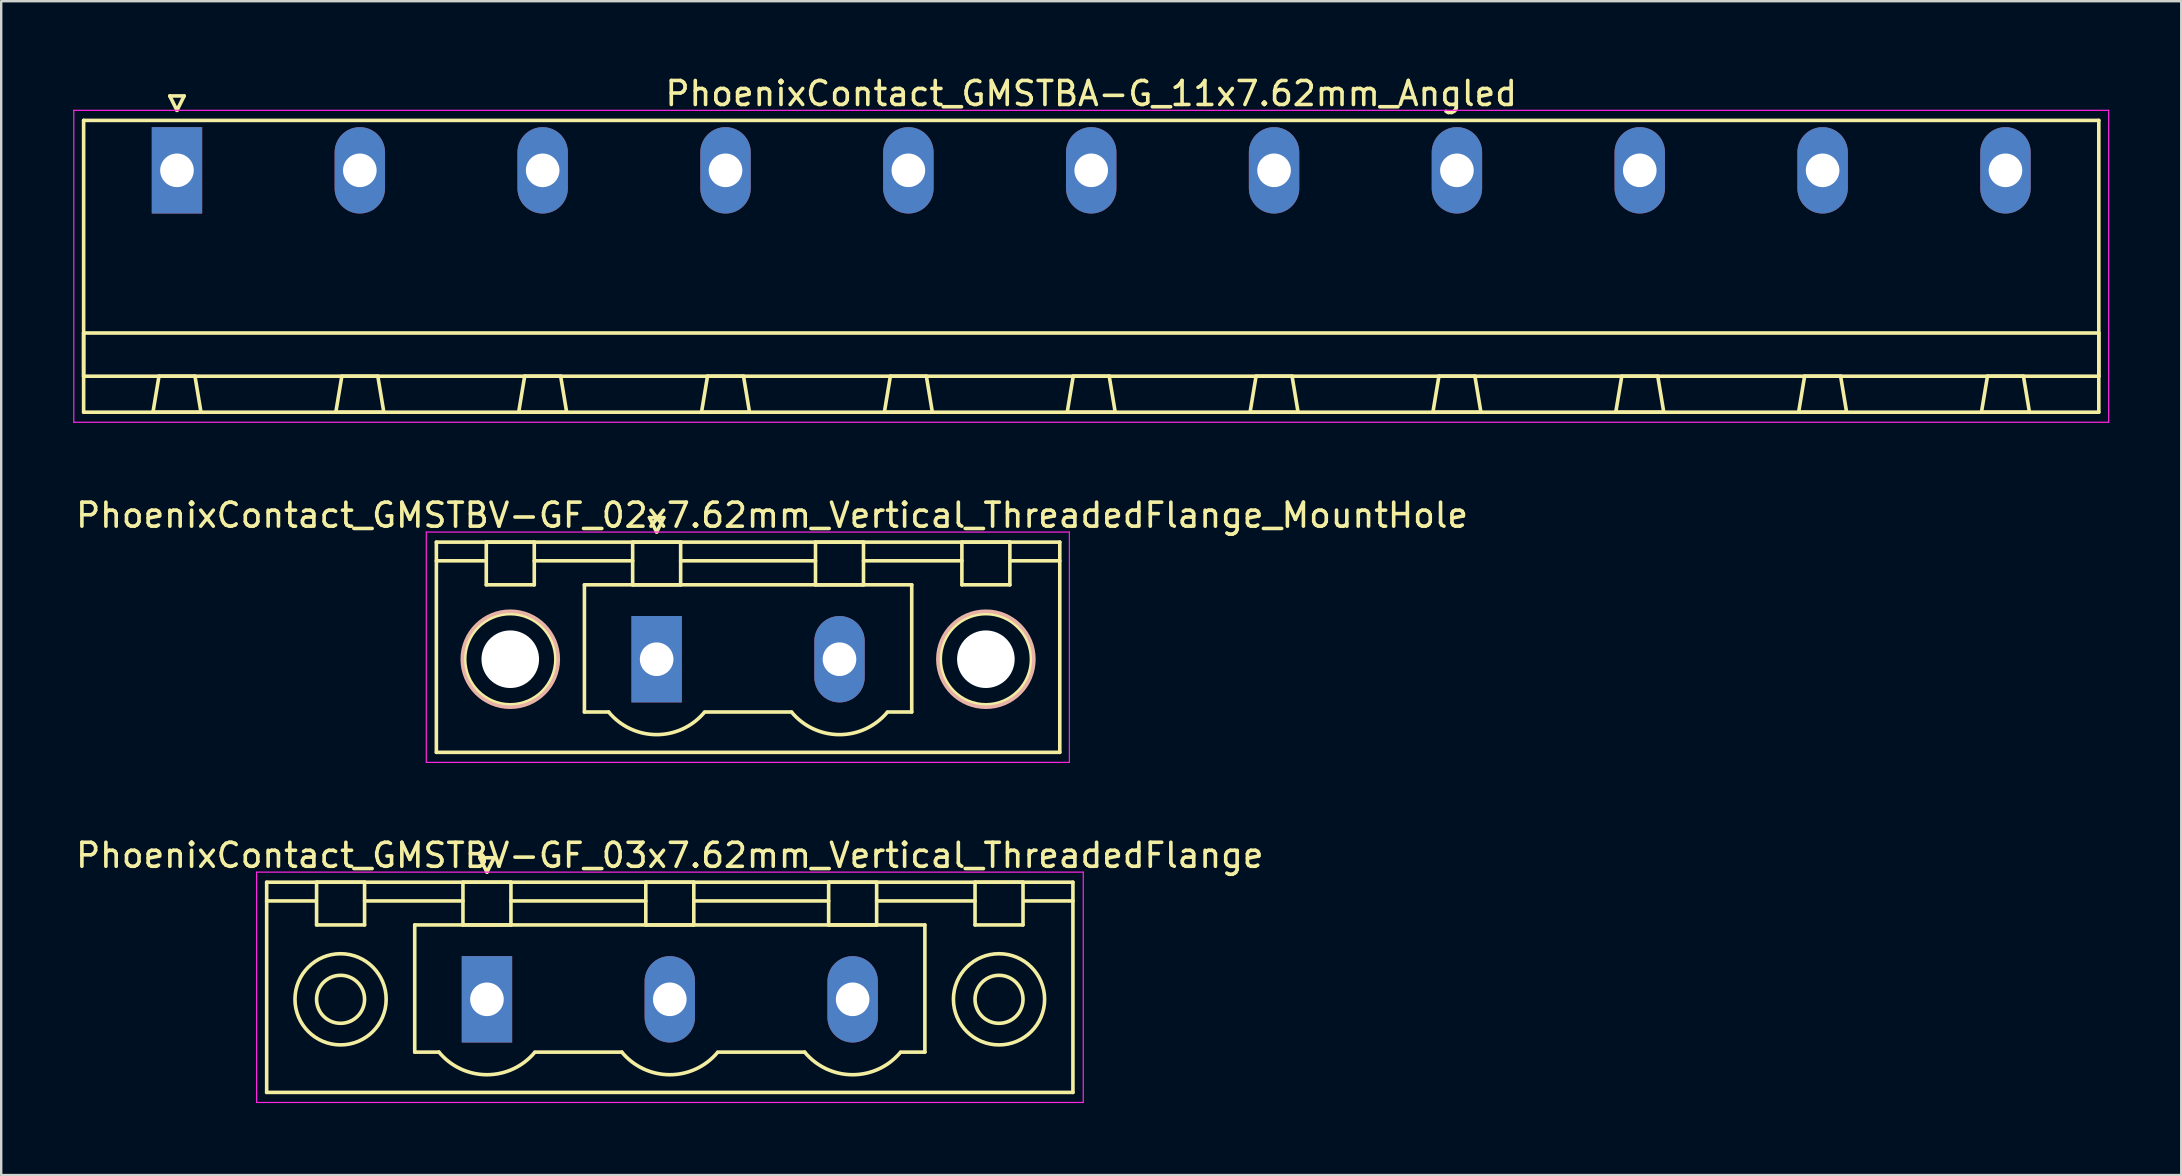
<source format=kicad_pcb>
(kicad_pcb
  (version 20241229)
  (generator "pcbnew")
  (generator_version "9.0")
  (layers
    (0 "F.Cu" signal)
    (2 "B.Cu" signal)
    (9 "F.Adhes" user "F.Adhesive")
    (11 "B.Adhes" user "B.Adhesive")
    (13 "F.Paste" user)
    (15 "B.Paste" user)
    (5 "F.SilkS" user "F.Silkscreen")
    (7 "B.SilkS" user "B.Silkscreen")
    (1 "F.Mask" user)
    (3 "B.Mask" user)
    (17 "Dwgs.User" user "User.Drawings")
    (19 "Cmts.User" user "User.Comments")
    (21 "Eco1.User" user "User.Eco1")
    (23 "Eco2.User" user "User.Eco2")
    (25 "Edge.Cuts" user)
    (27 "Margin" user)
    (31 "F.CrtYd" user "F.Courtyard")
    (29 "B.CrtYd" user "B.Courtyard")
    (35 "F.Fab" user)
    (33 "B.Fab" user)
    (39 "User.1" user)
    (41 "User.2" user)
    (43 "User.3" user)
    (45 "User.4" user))
  (footprint "PhoenixContact_GMSTBA-G_11x7.62mm_Angled"
    (layer "F.Cu")
    (at 4.325 4.048)
    (property "Reference" "PhoenixContact_GMSTBA-G_11x7.62mm_Angled" (at 38.1 -3.2 0) (layer "F.SilkS") (effects (font (size 1 1) (thickness 0.15))))
    (attr through_hole)
    (fp_line (start -3.89 -2.08) (end -3.89 10.08) (stroke (width 0.15) (type solid)) (layer "F.SilkS"))
    (fp_line (start -3.89 6.78) (end 80.09 6.78) (stroke (width 0.15) (type solid)) (layer "F.SilkS"))
    (fp_line (start -3.89 8.58) (end -3.89 6.78) (stroke (width 0.15) (type solid)) (layer "F.SilkS"))
    (fp_line (start -3.89 10.08) (end 80.09 10.08) (stroke (width 0.15) (type solid)) (layer "F.SilkS"))
    (fp_line (start -1 10.08) (end 1 10.08) (stroke (width 0.15) (type solid)) (layer "F.SilkS"))
    (fp_line (start -0.75 8.58) (end -1 10.08) (stroke (width 0.15) (type solid)) (layer "F.SilkS"))
    (fp_line (start -0.3 -3.1) (end 0 -2.5) (stroke (width 0.15) (type solid)) (layer "F.SilkS"))
    (fp_line (start 0 -2.5) (end 0.3 -3.1) (stroke (width 0.15) (type solid)) (layer "F.SilkS"))
    (fp_line (start 0.3 -3.1) (end -0.3 -3.1) (stroke (width 0.15) (type solid)) (layer "F.SilkS"))
    (fp_line (start 0.75 8.58) (end -0.75 8.58) (stroke (width 0.15) (type solid)) (layer "F.SilkS"))
    (fp_line (start 1 10.08) (end 0.75 8.58) (stroke (width 0.15) (type solid)) (layer "F.SilkS"))
    (fp_line (start 6.62 10.08) (end 8.62 10.08) (stroke (width 0.15) (type solid)) (layer "F.SilkS"))
    (fp_line (start 6.87 8.58) (end 6.62 10.08) (stroke (width 0.15) (type solid)) (layer "F.SilkS"))
    (fp_line (start 8.37 8.58) (end 6.87 8.58) (stroke (width 0.15) (type solid)) (layer "F.SilkS"))
    (fp_line (start 8.62 10.08) (end 8.37 8.58) (stroke (width 0.15) (type solid)) (layer "F.SilkS"))
    (fp_line (start 14.24 10.08) (end 16.24 10.08) (stroke (width 0.15) (type solid)) (layer "F.SilkS"))
    (fp_line (start 14.49 8.58) (end 14.24 10.08) (stroke (width 0.15) (type solid)) (layer "F.SilkS"))
    (fp_line (start 15.99 8.58) (end 14.49 8.58) (stroke (width 0.15) (type solid)) (layer "F.SilkS"))
    (fp_line (start 16.24 10.08) (end 15.99 8.58) (stroke (width 0.15) (type solid)) (layer "F.SilkS"))
    (fp_line (start 21.86 10.08) (end 23.86 10.08) (stroke (width 0.15) (type solid)) (layer "F.SilkS"))
    (fp_line (start 22.11 8.58) (end 21.86 10.08) (stroke (width 0.15) (type solid)) (layer "F.SilkS"))
    (fp_line (start 23.61 8.58) (end 22.11 8.58) (stroke (width 0.15) (type solid)) (layer "F.SilkS"))
    (fp_line (start 23.86 10.08) (end 23.61 8.58) (stroke (width 0.15) (type solid)) (layer "F.SilkS"))
    (fp_line (start 29.48 10.08) (end 31.48 10.08) (stroke (width 0.15) (type solid)) (layer "F.SilkS"))
    (fp_line (start 29.73 8.58) (end 29.48 10.08) (stroke (width 0.15) (type solid)) (layer "F.SilkS"))
    (fp_line (start 31.23 8.58) (end 29.73 8.58) (stroke (width 0.15) (type solid)) (layer "F.SilkS"))
    (fp_line (start 31.48 10.08) (end 31.23 8.58) (stroke (width 0.15) (type solid)) (layer "F.SilkS"))
    (fp_line (start 37.1 10.08) (end 39.1 10.08) (stroke (width 0.15) (type solid)) (layer "F.SilkS"))
    (fp_line (start 37.35 8.58) (end 37.1 10.08) (stroke (width 0.15) (type solid)) (layer "F.SilkS"))
    (fp_line (start 38.85 8.58) (end 37.35 8.58) (stroke (width 0.15) (type solid)) (layer "F.SilkS"))
    (fp_line (start 39.1 10.08) (end 38.85 8.58) (stroke (width 0.15) (type solid)) (layer "F.SilkS"))
    (fp_line (start 44.72 10.08) (end 46.72 10.08) (stroke (width 0.15) (type solid)) (layer "F.SilkS"))
    (fp_line (start 44.97 8.58) (end 44.72 10.08) (stroke (width 0.15) (type solid)) (layer "F.SilkS"))
    (fp_line (start 46.47 8.58) (end 44.97 8.58) (stroke (width 0.15) (type solid)) (layer "F.SilkS"))
    (fp_line (start 46.72 10.08) (end 46.47 8.58) (stroke (width 0.15) (type solid)) (layer "F.SilkS"))
    (fp_line (start 52.34 10.08) (end 54.34 10.08) (stroke (width 0.15) (type solid)) (layer "F.SilkS"))
    (fp_line (start 52.59 8.58) (end 52.34 10.08) (stroke (width 0.15) (type solid)) (layer "F.SilkS"))
    (fp_line (start 54.09 8.58) (end 52.59 8.58) (stroke (width 0.15) (type solid)) (layer "F.SilkS"))
    (fp_line (start 54.34 10.08) (end 54.09 8.58) (stroke (width 0.15) (type solid)) (layer "F.SilkS"))
    (fp_line (start 59.96 10.08) (end 61.96 10.08) (stroke (width 0.15) (type solid)) (layer "F.SilkS"))
    (fp_line (start 60.21 8.58) (end 59.96 10.08) (stroke (width 0.15) (type solid)) (layer "F.SilkS"))
    (fp_line (start 61.71 8.58) (end 60.21 8.58) (stroke (width 0.15) (type solid)) (layer "F.SilkS"))
    (fp_line (start 61.96 10.08) (end 61.71 8.58) (stroke (width 0.15) (type solid)) (layer "F.SilkS"))
    (fp_line (start 67.58 10.08) (end 69.58 10.08) (stroke (width 0.15) (type solid)) (layer "F.SilkS"))
    (fp_line (start 67.83 8.58) (end 67.58 10.08) (stroke (width 0.15) (type solid)) (layer "F.SilkS"))
    (fp_line (start 69.33 8.58) (end 67.83 8.58) (stroke (width 0.15) (type solid)) (layer "F.SilkS"))
    (fp_line (start 69.58 10.08) (end 69.33 8.58) (stroke (width 0.15) (type solid)) (layer "F.SilkS"))
    (fp_line (start 75.2 10.08) (end 77.2 10.08) (stroke (width 0.15) (type solid)) (layer "F.SilkS"))
    (fp_line (start 75.45 8.58) (end 75.2 10.08) (stroke (width 0.15) (type solid)) (layer "F.SilkS"))
    (fp_line (start 76.95 8.58) (end 75.45 8.58) (stroke (width 0.15) (type solid)) (layer "F.SilkS"))
    (fp_line (start 77.2 10.08) (end 76.95 8.58) (stroke (width 0.15) (type solid)) (layer "F.SilkS"))
    (fp_line (start 80.09 -2.08) (end -3.89 -2.08) (stroke (width 0.15) (type solid)) (layer "F.SilkS"))
    (fp_line (start 80.09 6.78) (end 80.09 8.58) (stroke (width 0.15) (type solid)) (layer "F.SilkS"))
    (fp_line (start 80.09 8.58) (end -3.89 8.58) (stroke (width 0.15) (type solid)) (layer "F.SilkS"))
    (fp_line (start 80.09 10.08) (end 80.09 -2.08) (stroke (width 0.15) (type solid)) (layer "F.SilkS"))
    (fp_line (start -4.3 -2.5) (end -4.3 10.5) (stroke (width 0.05) (type solid)) (layer "F.CrtYd"))
    (fp_line (start -4.3 10.5) (end 80.5 10.5) (stroke (width 0.05) (type solid)) (layer "F.CrtYd"))
    (fp_line (start 80.5 -2.5) (end -4.3 -2.5) (stroke (width 0.05) (type solid)) (layer "F.CrtYd"))
    (fp_line (start 80.5 10.5) (end 80.5 -2.5) (stroke (width 0.05) (type solid)) (layer "F.CrtYd"))
    (pad "1" thru_hole rect (at 0 0) (size 2.1 3.6) (drill 1.4) (layers "*.Cu" "*.Mask"))
    (pad "2" thru_hole oval (at 7.62 0) (size 2.1 3.6) (drill 1.4) (layers "*.Cu" "*.Mask"))
    (pad "3" thru_hole oval (at 15.24 0) (size 2.1 3.6) (drill 1.4) (layers "*.Cu" "*.Mask"))
    (pad "4" thru_hole oval (at 22.86 0) (size 2.1 3.6) (drill 1.4) (layers "*.Cu" "*.Mask"))
    (pad "5" thru_hole oval (at 30.48 0) (size 2.1 3.6) (drill 1.4) (layers "*.Cu" "*.Mask"))
    (pad "6" thru_hole oval (at 38.1 0) (size 2.1 3.6) (drill 1.4) (layers "*.Cu" "*.Mask"))
    (pad "7" thru_hole oval (at 45.72 0) (size 2.1 3.6) (drill 1.4) (layers "*.Cu" "*.Mask"))
    (pad "8" thru_hole oval (at 53.34 0) (size 2.1 3.6) (drill 1.4) (layers "*.Cu" "*.Mask"))
    (pad "9" thru_hole oval (at 60.96 0) (size 2.1 3.6) (drill 1.4) (layers "*.Cu" "*.Mask"))
    (pad "10" thru_hole oval (at 68.58 0) (size 2.1 3.6) (drill 1.4) (layers "*.Cu" "*.Mask"))
    (pad "11" thru_hole oval (at 76.2 0) (size 2.1 3.6) (drill 1.4) (layers "*.Cu" "*.Mask")))
  (footprint "PhoenixContact_GMSTBV-GF_02x7.62mm_Vertical_ThreadedFlange_MountHole"
    (layer "F.Cu")
    (at 24.315 24.422)
    (property "Reference" "PhoenixContact_GMSTBV-GF_02x7.62mm_Vertical_ThreadedFlange_MountHole" (at 4.81 -6 0) (layer "F.SilkS") (effects (font (size 1 1) (thickness 0.15))))
    (attr through_hole)
    (fp_line (start -9.18 -4.88) (end -9.18 3.88) (stroke (width 0.15) (type solid)) (layer "F.SilkS"))
    (fp_line (start -9.18 -4.1) (end -7.18 -4.1) (stroke (width 0.15) (type solid)) (layer "F.SilkS"))
    (fp_line (start -9.18 3.88) (end 16.8 3.88) (stroke (width 0.15) (type solid)) (layer "F.SilkS"))
    (fp_line (start -7.1 -4.88) (end -5.1 -4.88) (stroke (width 0.15) (type solid)) (layer "F.SilkS"))
    (fp_line (start -7.1 -3.1) (end -7.1 -4.88) (stroke (width 0.15) (type solid)) (layer "F.SilkS"))
    (fp_line (start -5.1 -4.88) (end -5.1 -3.1) (stroke (width 0.15) (type solid)) (layer "F.SilkS"))
    (fp_line (start -5.1 -4.1) (end -1 -4.1) (stroke (width 0.15) (type solid)) (layer "F.SilkS"))
    (fp_line (start -5.1 -3.1) (end -7.1 -3.1) (stroke (width 0.15) (type solid)) (layer "F.SilkS"))
    (fp_line (start -3.01 -3.1) (end 10.63 -3.1) (stroke (width 0.15) (type solid)) (layer "F.SilkS"))
    (fp_line (start -3.01 2.2) (end -3.01 -3.1) (stroke (width 0.15) (type solid)) (layer "F.SilkS"))
    (fp_line (start -2 2.2) (end -3.01 2.2) (stroke (width 0.15) (type solid)) (layer "F.SilkS"))
    (fp_line (start -1 -4.88) (end 1 -4.88) (stroke (width 0.15) (type solid)) (layer "F.SilkS"))
    (fp_line (start -1 -3.1) (end -1 -4.88) (stroke (width 0.15) (type solid)) (layer "F.SilkS"))
    (fp_line (start -0.3 -5.9) (end 0 -5.3) (stroke (width 0.15) (type solid)) (layer "F.SilkS"))
    (fp_line (start 0 -5.3) (end 0.3 -5.9) (stroke (width 0.15) (type solid)) (layer "F.SilkS"))
    (fp_line (start 0.3 -5.9) (end -0.3 -5.9) (stroke (width 0.15) (type solid)) (layer "F.SilkS"))
    (fp_line (start 1 -4.88) (end 1 -3.1) (stroke (width 0.15) (type solid)) (layer "F.SilkS"))
    (fp_line (start 1 -4.1) (end 6.62 -4.1) (stroke (width 0.15) (type solid)) (layer "F.SilkS"))
    (fp_line (start 1 -3.1) (end -1 -3.1) (stroke (width 0.15) (type solid)) (layer "F.SilkS"))
    (fp_line (start 2 2.2) (end 5.62 2.2) (stroke (width 0.15) (type solid)) (layer "F.SilkS"))
    (fp_line (start 6.62 -4.88) (end 8.62 -4.88) (stroke (width 0.15) (type solid)) (layer "F.SilkS"))
    (fp_line (start 6.62 -3.1) (end 6.62 -4.88) (stroke (width 0.15) (type solid)) (layer "F.SilkS"))
    (fp_line (start 8.62 -4.88) (end 8.62 -3.1) (stroke (width 0.15) (type solid)) (layer "F.SilkS"))
    (fp_line (start 8.62 -4.1) (end 12.72 -4.1) (stroke (width 0.15) (type solid)) (layer "F.SilkS"))
    (fp_line (start 8.62 -3.1) (end 6.62 -3.1) (stroke (width 0.15) (type solid)) (layer "F.SilkS"))
    (fp_line (start 10.63 -3.1) (end 10.63 2.2) (stroke (width 0.15) (type solid)) (layer "F.SilkS"))
    (fp_line (start 10.63 2.2) (end 9.62 2.2) (stroke (width 0.15) (type solid)) (layer "F.SilkS"))
    (fp_line (start 12.72 -4.88) (end 14.72 -4.88) (stroke (width 0.15) (type solid)) (layer "F.SilkS"))
    (fp_line (start 12.72 -3.1) (end 12.72 -4.88) (stroke (width 0.15) (type solid)) (layer "F.SilkS"))
    (fp_line (start 14.72 -4.88) (end 14.72 -3.1) (stroke (width 0.15) (type solid)) (layer "F.SilkS"))
    (fp_line (start 14.72 -3.1) (end 12.72 -3.1) (stroke (width 0.15) (type solid)) (layer "F.SilkS"))
    (fp_line (start 16.8 -4.88) (end -9.18 -4.88) (stroke (width 0.15) (type solid)) (layer "F.SilkS"))
    (fp_line (start 16.8 -4.1) (end 14.8 -4.1) (stroke (width 0.15) (type solid)) (layer "F.SilkS"))
    (fp_line (start 16.8 3.88) (end 16.8 -4.88) (stroke (width 0.15) (type solid)) (layer "F.SilkS"))
    (fp_arc (start 1.986842 2.215821) (mid -0.010289 3.142758) (end -2 2.2) (stroke (width 0.15) (type solid)) (layer "F.SilkS"))
    (fp_arc (start 9.606842 2.215821) (mid 7.609711 3.142758) (end 5.62 2.2) (stroke (width 0.15) (type solid)) (layer "F.SilkS"))
    (fp_circle (center -6.1 0) (end -4.2 0) (stroke (width 0.15) (type solid)) (fill no) (layer "F.SilkS"))
    (fp_circle (center 13.72 0) (end 15.62 0) (stroke (width 0.15) (type solid)) (fill no) (layer "F.SilkS"))
    (fp_circle (center -6.1 0) (end -4.1 0) (stroke (width 0.15) (type solid)) (fill no) (layer "B.SilkS"))
    (fp_circle (center 13.72 0) (end 15.72 0) (stroke (width 0.15) (type solid)) (fill no) (layer "B.SilkS"))
    (fp_line (start -9.6 -5.3) (end -9.6 4.3) (stroke (width 0.05) (type solid)) (layer "F.CrtYd"))
    (fp_line (start -9.6 4.3) (end 17.2 4.3) (stroke (width 0.05) (type solid)) (layer "F.CrtYd"))
    (fp_line (start 17.2 -5.3) (end -9.6 -5.3) (stroke (width 0.05) (type solid)) (layer "F.CrtYd"))
    (fp_line (start 17.2 4.3) (end 17.2 -5.3) (stroke (width 0.05) (type solid)) (layer "F.CrtYd"))
    (pad "" np_thru_hole circle (at -6.1 0) (size 2.4 2.4) (drill 2.4) (layers "*.Cu" "*.Mask"))
    (pad "" np_thru_hole circle (at 13.72 0) (size 2.4 2.4) (drill 2.4) (layers "*.Cu" "*.Mask"))
    (pad "1" thru_hole rect (at 0 0) (size 2.1 3.6) (drill 1.4) (layers "*.Cu" "*.Mask"))
    (pad "2" thru_hole oval (at 7.62 0) (size 2.1 3.6) (drill 1.4) (layers "*.Cu" "*.Mask")))
  (footprint "PhoenixContact_GMSTBV-GF_03x7.62mm_Vertical_ThreadedFlange"
    (layer "F.Cu")
    (at 17.243 38.595)
    (property "Reference" "PhoenixContact_GMSTBV-GF_03x7.62mm_Vertical_ThreadedFlange" (at 7.62 -6 0) (layer "F.SilkS") (effects (font (size 1 1) (thickness 0.15))))
    (attr through_hole)
    (fp_line (start -9.18 -4.88) (end -9.18 3.88) (stroke (width 0.15) (type solid)) (layer "F.SilkS"))
    (fp_line (start -9.18 -4.1) (end -7.18 -4.1) (stroke (width 0.15) (type solid)) (layer "F.SilkS"))
    (fp_line (start -9.18 3.88) (end 24.42 3.88) (stroke (width 0.15) (type solid)) (layer "F.SilkS"))
    (fp_line (start -7.1 -4.88) (end -5.1 -4.88) (stroke (width 0.15) (type solid)) (layer "F.SilkS"))
    (fp_line (start -7.1 -3.1) (end -7.1 -4.88) (stroke (width 0.15) (type solid)) (layer "F.SilkS"))
    (fp_line (start -5.1 -4.88) (end -5.1 -3.1) (stroke (width 0.15) (type solid)) (layer "F.SilkS"))
    (fp_line (start -5.1 -4.1) (end -1 -4.1) (stroke (width 0.15) (type solid)) (layer "F.SilkS"))
    (fp_line (start -5.1 -3.1) (end -7.1 -3.1) (stroke (width 0.15) (type solid)) (layer "F.SilkS"))
    (fp_line (start -3.01 -3.1) (end 18.25 -3.1) (stroke (width 0.15) (type solid)) (layer "F.SilkS"))
    (fp_line (start -3.01 2.2) (end -3.01 -3.1) (stroke (width 0.15) (type solid)) (layer "F.SilkS"))
    (fp_line (start -2 2.2) (end -3.01 2.2) (stroke (width 0.15) (type solid)) (layer "F.SilkS"))
    (fp_line (start -1 -4.88) (end 1 -4.88) (stroke (width 0.15) (type solid)) (layer "F.SilkS"))
    (fp_line (start -1 -3.1) (end -1 -4.88) (stroke (width 0.15) (type solid)) (layer "F.SilkS"))
    (fp_line (start -0.3 -5.9) (end 0 -5.3) (stroke (width 0.15) (type solid)) (layer "F.SilkS"))
    (fp_line (start 0 -5.3) (end 0.3 -5.9) (stroke (width 0.15) (type solid)) (layer "F.SilkS"))
    (fp_line (start 0.3 -5.9) (end -0.3 -5.9) (stroke (width 0.15) (type solid)) (layer "F.SilkS"))
    (fp_line (start 1 -4.88) (end 1 -3.1) (stroke (width 0.15) (type solid)) (layer "F.SilkS"))
    (fp_line (start 1 -4.1) (end 6.62 -4.1) (stroke (width 0.15) (type solid)) (layer "F.SilkS"))
    (fp_line (start 1 -3.1) (end -1 -3.1) (stroke (width 0.15) (type solid)) (layer "F.SilkS"))
    (fp_line (start 2 2.2) (end 5.62 2.2) (stroke (width 0.15) (type solid)) (layer "F.SilkS"))
    (fp_line (start 6.62 -4.88) (end 8.62 -4.88) (stroke (width 0.15) (type solid)) (layer "F.SilkS"))
    (fp_line (start 6.62 -3.1) (end 6.62 -4.88) (stroke (width 0.15) (type solid)) (layer "F.SilkS"))
    (fp_line (start 8.62 -4.88) (end 8.62 -3.1) (stroke (width 0.15) (type solid)) (layer "F.SilkS"))
    (fp_line (start 8.62 -4.1) (end 14.24 -4.1) (stroke (width 0.15) (type solid)) (layer "F.SilkS"))
    (fp_line (start 8.62 -3.1) (end 6.62 -3.1) (stroke (width 0.15) (type solid)) (layer "F.SilkS"))
    (fp_line (start 9.62 2.2) (end 13.24 2.2) (stroke (width 0.15) (type solid)) (layer "F.SilkS"))
    (fp_line (start 14.24 -4.88) (end 16.24 -4.88) (stroke (width 0.15) (type solid)) (layer "F.SilkS"))
    (fp_line (start 14.24 -3.1) (end 14.24 -4.88) (stroke (width 0.15) (type solid)) (layer "F.SilkS"))
    (fp_line (start 16.24 -4.88) (end 16.24 -3.1) (stroke (width 0.15) (type solid)) (layer "F.SilkS"))
    (fp_line (start 16.24 -4.1) (end 20.34 -4.1) (stroke (width 0.15) (type solid)) (layer "F.SilkS"))
    (fp_line (start 16.24 -3.1) (end 14.24 -3.1) (stroke (width 0.15) (type solid)) (layer "F.SilkS"))
    (fp_line (start 18.25 -3.1) (end 18.25 2.2) (stroke (width 0.15) (type solid)) (layer "F.SilkS"))
    (fp_line (start 18.25 2.2) (end 17.24 2.2) (stroke (width 0.15) (type solid)) (layer "F.SilkS"))
    (fp_line (start 20.34 -4.88) (end 22.34 -4.88) (stroke (width 0.15) (type solid)) (layer "F.SilkS"))
    (fp_line (start 20.34 -3.1) (end 20.34 -4.88) (stroke (width 0.15) (type solid)) (layer "F.SilkS"))
    (fp_line (start 22.34 -4.88) (end 22.34 -3.1) (stroke (width 0.15) (type solid)) (layer "F.SilkS"))
    (fp_line (start 22.34 -3.1) (end 20.34 -3.1) (stroke (width 0.15) (type solid)) (layer "F.SilkS"))
    (fp_line (start 24.42 -4.88) (end -9.18 -4.88) (stroke (width 0.15) (type solid)) (layer "F.SilkS"))
    (fp_line (start 24.42 -4.1) (end 22.42 -4.1) (stroke (width 0.15) (type solid)) (layer "F.SilkS"))
    (fp_line (start 24.42 3.88) (end 24.42 -4.88) (stroke (width 0.15) (type solid)) (layer "F.SilkS"))
    (fp_arc (start 1.986842 2.215821) (mid -0.010289 3.142758) (end -2 2.2) (stroke (width 0.15) (type solid)) (layer "F.SilkS"))
    (fp_arc (start 9.606842 2.215821) (mid 7.609711 3.142758) (end 5.62 2.2) (stroke (width 0.15) (type solid)) (layer "F.SilkS"))
    (fp_arc (start 17.226842 2.215821) (mid 15.229711 3.142758) (end 13.24 2.2) (stroke (width 0.15) (type solid)) (layer "F.SilkS"))
    (fp_circle (center -6.1 0) (end -5.1 0) (stroke (width 0.15) (type solid)) (fill no) (layer "F.SilkS"))
    (fp_circle (center -6.1 0) (end -4.2 0) (stroke (width 0.15) (type solid)) (fill no) (layer "F.SilkS"))
    (fp_circle (center 21.34 0) (end 22.34 0) (stroke (width 0.15) (type solid)) (fill no) (layer "F.SilkS"))
    (fp_circle (center 21.34 0) (end 23.24 0) (stroke (width 0.15) (type solid)) (fill no) (layer "F.SilkS"))
    (fp_line (start -9.6 -5.3) (end -9.6 4.3) (stroke (width 0.05) (type solid)) (layer "F.CrtYd"))
    (fp_line (start -9.6 4.3) (end 24.85 4.3) (stroke (width 0.05) (type solid)) (layer "F.CrtYd"))
    (fp_line (start 24.85 -5.3) (end -9.6 -5.3) (stroke (width 0.05) (type solid)) (layer "F.CrtYd"))
    (fp_line (start 24.85 4.3) (end 24.85 -5.3) (stroke (width 0.05) (type solid)) (layer "F.CrtYd"))
    (pad "1" thru_hole rect (at 0 0) (size 2.1 3.6) (drill 1.4) (layers "*.Cu" "*.Mask"))
    (pad "2" thru_hole oval (at 7.62 0) (size 2.1 3.6) (drill 1.4) (layers "*.Cu" "*.Mask"))
    (pad "3" thru_hole oval (at 15.24 0) (size 2.1 3.6) (drill 1.4) (layers "*.Cu" "*.Mask")))
  (gr_rect
    (start -3 -3)
    (end 87.85 45.92)
    (stroke (width 0.1) (type default))
    (fill no)
    (layer "Edge.Cuts")))
</source>
